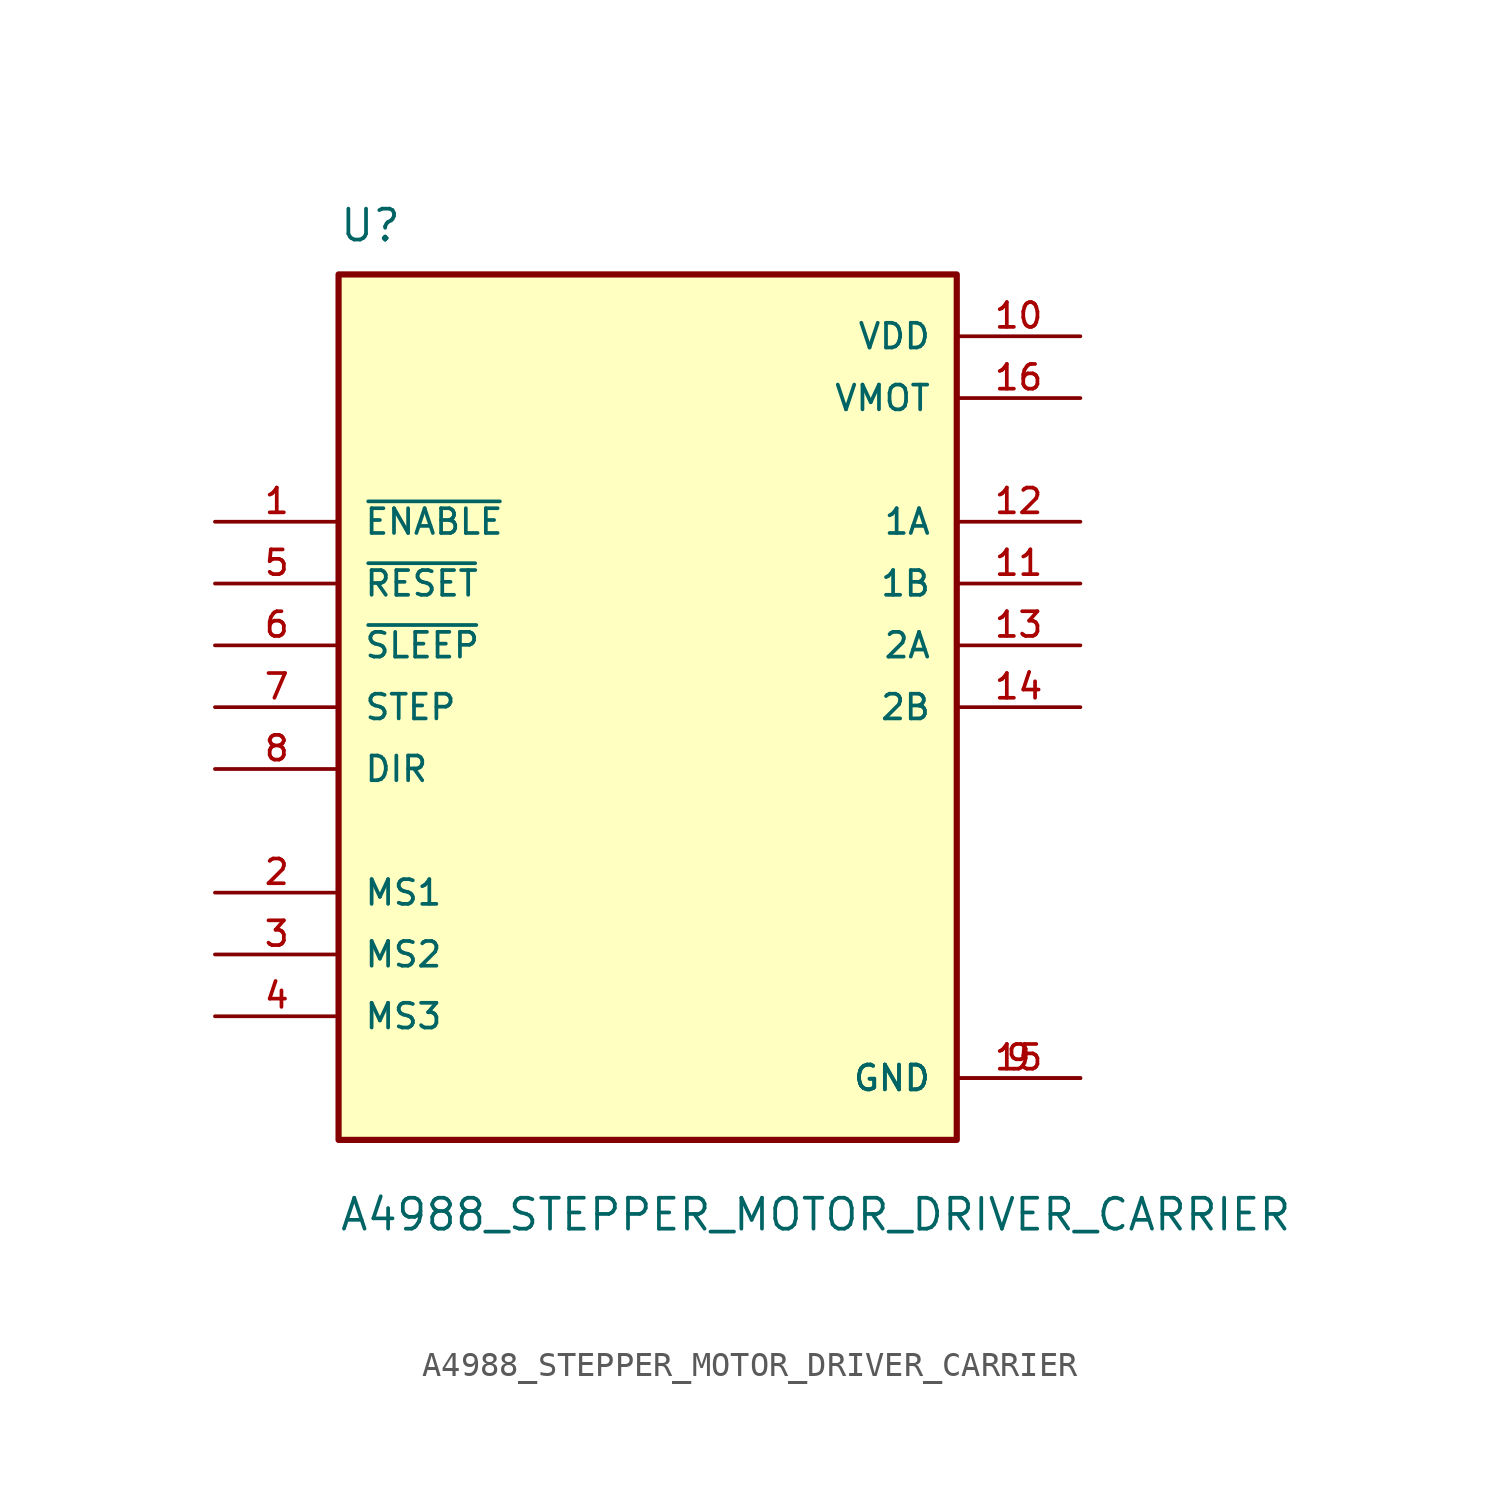
<source format=kicad_sym>
(kicad_symbol_lib
  (version 20211014)
  (generator kicad_symbol_editor)
  (symbol "A4988_STEPPER_MOTOR_DRIVER_CARRIER"
    (pin_names
      (offset 1.016))
    (property "Reference" "U"
      (at -12.7 19.05 0)
      (effects (font (size 1.27 1.27)) (justify bottom left)))
    (property "Value" "A4988_STEPPER_MOTOR_DRIVER_CARRIER"
      (at -12.7 -21.59 0)
      (effects (font (size 1.27 1.27)) (justify bottom left)))
    (symbol "A4988_STEPPER_MOTOR_DRIVER_CARRIER_0_0"
      (rectangle (start -12.7 -17.78) (end 12.7 17.78) (stroke (width 0.254)) (fill (type background)))
      (pin input line (at -17.78 7.62 0) (length 5.08) (name "~{ENABLE}" (effects (font (size 1.016 1.016)))) (number "1" (effects (font (size 1.016 1.016)))))
      (pin output line (at 17.78 7.62 180.0) (length 5.08) (name "1A" (effects (font (size 1.016 1.016)))) (number "12" (effects (font (size 1.016 1.016)))))
      (pin input line (at -17.78 5.08 0) (length 5.08) (name "~{RESET}" (effects (font (size 1.016 1.016)))) (number "5" (effects (font (size 1.016 1.016)))))
      (pin input line (at -17.78 2.54 0) (length 5.08) (name "~{SLEEP}" (effects (font (size 1.016 1.016)))) (number "6" (effects (font (size 1.016 1.016)))))
      (pin input line (at -17.78 0.0 0) (length 5.08) (name "STEP" (effects (font (size 1.016 1.016)))) (number "7" (effects (font (size 1.016 1.016)))))
      (pin input line (at -17.78 -2.54 0) (length 5.08) (name "DIR" (effects (font (size 1.016 1.016)))) (number "8" (effects (font (size 1.016 1.016)))))
      (pin input line (at -17.78 -7.62 0) (length 5.08) (name "MS1" (effects (font (size 1.016 1.016)))) (number "2" (effects (font (size 1.016 1.016)))))
      (pin input line (at -17.78 -10.16 0) (length 5.08) (name "MS2" (effects (font (size 1.016 1.016)))) (number "3" (effects (font (size 1.016 1.016)))))
      (pin input line (at -17.78 -12.7 0) (length 5.08) (name "MS3" (effects (font (size 1.016 1.016)))) (number "4" (effects (font (size 1.016 1.016)))))
      (pin output line (at 17.78 5.08 180.0) (length 5.08) (name "1B" (effects (font (size 1.016 1.016)))) (number "11" (effects (font (size 1.016 1.016)))))
      (pin output line (at 17.78 2.54 180.0) (length 5.08) (name "2A" (effects (font (size 1.016 1.016)))) (number "13" (effects (font (size 1.016 1.016)))))
      (pin output line (at 17.78 0.0 180.0) (length 5.08) (name "2B" (effects (font (size 1.016 1.016)))) (number "14" (effects (font (size 1.016 1.016)))))
      (pin power_in line (at 17.78 15.24 180.0) (length 5.08) (name "VDD" (effects (font (size 1.016 1.016)))) (number "10" (effects (font (size 1.016 1.016)))))
      (pin power_in line (at 17.78 12.7 180.0) (length 5.08) (name "VMOT" (effects (font (size 1.016 1.016)))) (number "16" (effects (font (size 1.016 1.016)))))
      (pin power_in line (at 17.78 -15.24 180.0) (length 5.08) (name "GND" (effects (font (size 1.016 1.016)))) (number "9" (effects (font (size 1.016 1.016)))))
      (pin power_in line (at 17.78 -15.24 180.0) (length 5.08) (name "GND" (effects (font (size 1.016 1.016)))) (number "15" (effects (font (size 1.016 1.016))))))))
</source>
